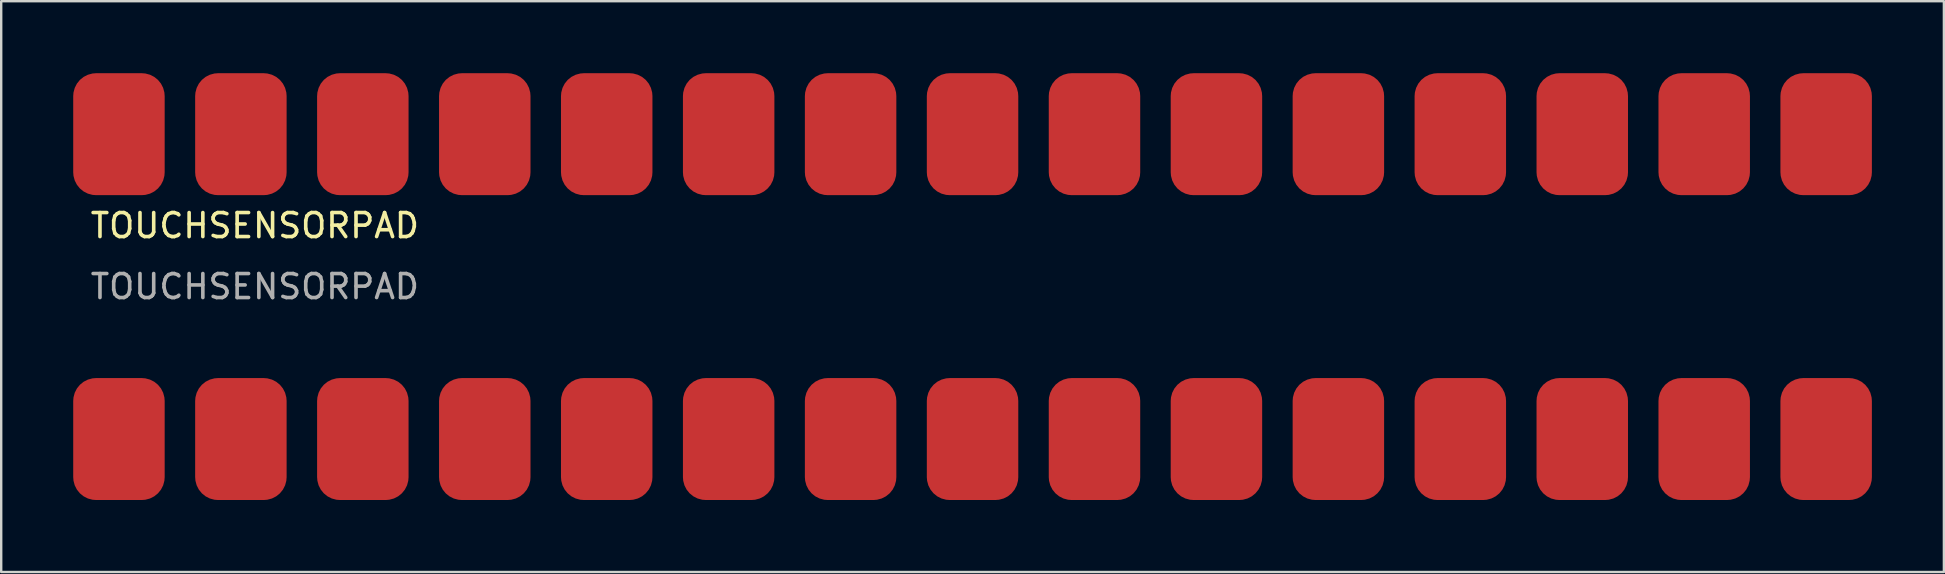
<source format=kicad_pcb>
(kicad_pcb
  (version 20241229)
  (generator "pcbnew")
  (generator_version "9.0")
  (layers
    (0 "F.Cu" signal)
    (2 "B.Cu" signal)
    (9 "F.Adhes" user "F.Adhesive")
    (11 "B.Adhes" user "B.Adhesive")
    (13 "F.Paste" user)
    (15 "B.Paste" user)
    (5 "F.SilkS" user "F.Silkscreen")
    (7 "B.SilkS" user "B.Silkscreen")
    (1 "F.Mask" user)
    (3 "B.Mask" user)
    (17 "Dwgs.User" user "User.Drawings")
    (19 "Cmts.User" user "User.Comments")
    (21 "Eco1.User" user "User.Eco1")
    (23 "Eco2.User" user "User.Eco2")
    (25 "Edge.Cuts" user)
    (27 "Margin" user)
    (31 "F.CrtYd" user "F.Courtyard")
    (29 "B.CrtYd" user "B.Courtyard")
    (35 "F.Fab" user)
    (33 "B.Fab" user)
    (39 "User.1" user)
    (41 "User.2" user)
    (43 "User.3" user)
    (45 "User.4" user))
  (footprint "TOUCHSENSORPAD"
    (layer "F.Cu")
    (at 37.465 8.89)
    (property "Reference" "TOUCHSENSORPAD" (at -36.83 -2.54 0) (unlocked yes) (layer "F.SilkS") (effects (font (size 1 1) (thickness 0.15)) (justify left)))
    (attr smd)
    (fp_text user "${REFERENCE}" (at -36.83 0 0) (unlocked yes) (layer "F.Fab") (effects (font (size 1 1) (thickness 0.15)) (justify left)))
    (pad "1" smd roundrect (at 35.56 6.35 180) (size 3.81 5.08) (layers "F.Cu" "F.Mask" "F.Paste") (roundrect_rratio 0.25))
    (pad "2" smd roundrect (at 30.48 6.35 180) (size 3.81 5.08) (layers "F.Cu" "F.Mask" "F.Paste") (roundrect_rratio 0.25))
    (pad "3" smd roundrect (at 25.4 6.35 180) (size 3.81 5.08) (layers "F.Cu" "F.Mask" "F.Paste") (roundrect_rratio 0.25))
    (pad "4" smd roundrect (at 20.32 6.35 180) (size 3.81 5.08) (layers "F.Cu" "F.Mask" "F.Paste") (roundrect_rratio 0.25))
    (pad "5" smd roundrect (at 15.24 6.35 180) (size 3.81 5.08) (layers "F.Cu" "F.Mask" "F.Paste") (roundrect_rratio 0.25))
    (pad "6" smd roundrect (at 10.16 6.35 180) (size 3.81 5.08) (layers "F.Cu" "F.Mask" "F.Paste") (roundrect_rratio 0.25))
    (pad "7" smd roundrect (at 5.08 6.35 180) (size 3.81 5.08) (layers "F.Cu" "F.Mask" "F.Paste") (roundrect_rratio 0.25))
    (pad "8" smd roundrect (at 0 6.35 180) (size 3.81 5.08) (layers "F.Cu" "F.Mask" "F.Paste") (roundrect_rratio 0.25))
    (pad "9" smd roundrect (at -5.08 6.35 180) (size 3.81 5.08) (layers "F.Cu" "F.Mask" "F.Paste") (roundrect_rratio 0.25))
    (pad "10" smd roundrect (at -10.16 6.35 180) (size 3.81 5.08) (layers "F.Cu" "F.Mask" "F.Paste") (roundrect_rratio 0.25))
    (pad "11" smd roundrect (at -15.24 6.35 180) (size 3.81 5.08) (layers "F.Cu" "F.Mask" "F.Paste") (roundrect_rratio 0.25))
    (pad "12" smd roundrect (at -20.32 6.35 180) (size 3.81 5.08) (layers "F.Cu" "F.Mask" "F.Paste") (roundrect_rratio 0.25))
    (pad "13" smd roundrect (at -25.4 6.35 180) (size 3.81 5.08) (layers "F.Cu" "F.Mask" "F.Paste") (roundrect_rratio 0.25))
    (pad "14" smd roundrect (at -30.48 6.35 180) (size 3.81 5.08) (layers "F.Cu" "F.Mask" "F.Paste") (roundrect_rratio 0.25))
    (pad "15" smd roundrect (at -35.56 6.35 180) (size 3.81 5.08) (layers "F.Cu" "F.Mask" "F.Paste") (roundrect_rratio 0.25))
    (pad "16" smd roundrect (at 35.56 -6.35 180) (size 3.81 5.08) (layers "F.Cu" "F.Mask" "F.Paste") (roundrect_rratio 0.25))
    (pad "17" smd roundrect (at 30.48 -6.35 180) (size 3.81 5.08) (layers "F.Cu" "F.Mask" "F.Paste") (roundrect_rratio 0.25))
    (pad "18" smd roundrect (at 25.4 -6.35 180) (size 3.81 5.08) (layers "F.Cu" "F.Mask" "F.Paste") (roundrect_rratio 0.25))
    (pad "19" smd roundrect (at 20.32 -6.35 180) (size 3.81 5.08) (layers "F.Cu" "F.Mask" "F.Paste") (roundrect_rratio 0.25))
    (pad "20" smd roundrect (at 15.24 -6.35 180) (size 3.81 5.08) (layers "F.Cu" "F.Mask" "F.Paste") (roundrect_rratio 0.25))
    (pad "21" smd roundrect (at 10.16 -6.35 180) (size 3.81 5.08) (layers "F.Cu" "F.Mask" "F.Paste") (roundrect_rratio 0.25))
    (pad "22" smd roundrect (at 5.08 -6.35 180) (size 3.81 5.08) (layers "F.Cu" "F.Mask" "F.Paste") (roundrect_rratio 0.25))
    (pad "23" smd roundrect (at 0 -6.35 180) (size 3.81 5.08) (layers "F.Cu" "F.Mask" "F.Paste") (roundrect_rratio 0.25))
    (pad "24" smd roundrect (at -5.08 -6.35 180) (size 3.81 5.08) (layers "F.Cu" "F.Mask" "F.Paste") (roundrect_rratio 0.25))
    (pad "25" smd roundrect (at -10.16 -6.35 180) (size 3.81 5.08) (layers "F.Cu" "F.Mask" "F.Paste") (roundrect_rratio 0.25))
    (pad "26" smd roundrect (at -15.24 -6.35 180) (size 3.81 5.08) (layers "F.Cu" "F.Mask" "F.Paste") (roundrect_rratio 0.25))
    (pad "27" smd roundrect (at -20.32 -6.35 180) (size 3.81 5.08) (layers "F.Cu" "F.Mask" "F.Paste") (roundrect_rratio 0.25))
    (pad "28" smd roundrect (at -25.4 -6.35 180) (size 3.81 5.08) (layers "F.Cu" "F.Mask" "F.Paste") (roundrect_rratio 0.25))
    (pad "29" smd roundrect (at -30.48 -6.35 180) (size 3.81 5.08) (layers "F.Cu" "F.Mask" "F.Paste") (roundrect_rratio 0.25))
    (pad "30" smd roundrect (at -35.56 -6.35 180) (size 3.81 5.08) (layers "F.Cu" "F.Mask" "F.Paste") (roundrect_rratio 0.25)))
  (gr_rect
    (start -3 -3)
    (end 77.93 20.78)
    (stroke (width 0.1) (type default))
    (fill no)
    (layer "Edge.Cuts")))
</source>
